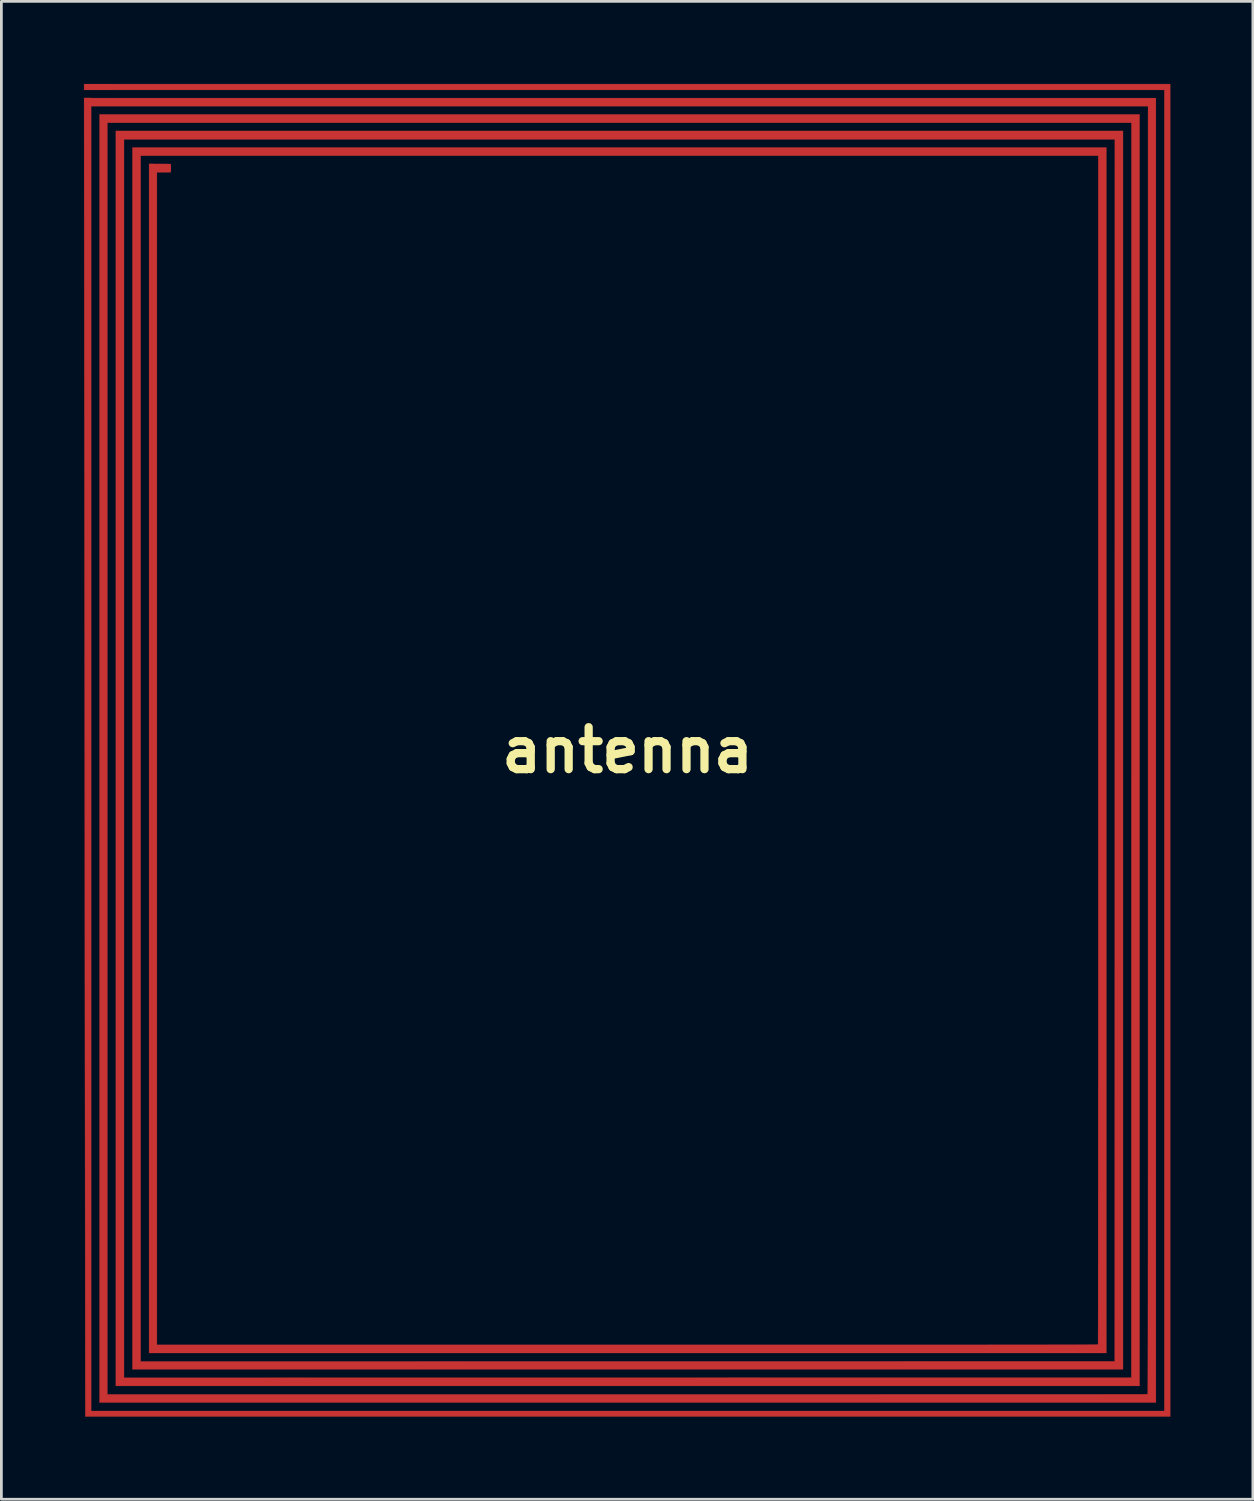
<source format=kicad_pcb>
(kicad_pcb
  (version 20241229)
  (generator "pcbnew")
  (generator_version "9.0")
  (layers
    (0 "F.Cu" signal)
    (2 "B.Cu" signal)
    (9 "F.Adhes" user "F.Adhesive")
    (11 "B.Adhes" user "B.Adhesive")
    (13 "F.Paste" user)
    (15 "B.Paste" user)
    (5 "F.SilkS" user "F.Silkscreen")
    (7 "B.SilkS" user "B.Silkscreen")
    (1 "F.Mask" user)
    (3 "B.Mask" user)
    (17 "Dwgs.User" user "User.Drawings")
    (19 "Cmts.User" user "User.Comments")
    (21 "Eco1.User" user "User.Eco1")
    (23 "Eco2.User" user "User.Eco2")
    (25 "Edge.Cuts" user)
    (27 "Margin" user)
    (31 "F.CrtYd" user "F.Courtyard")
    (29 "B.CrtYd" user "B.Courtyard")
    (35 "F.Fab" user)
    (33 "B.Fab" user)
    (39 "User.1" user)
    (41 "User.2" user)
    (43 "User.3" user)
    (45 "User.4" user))
  (footprint "antenna"
    (layer "F.Cu")
    (at 19.755 24.209)
    (property "Reference" "antenna" (at 0 0 0) (layer "F.SilkS") (effects (font (size 1.524 1.524) (thickness 0.3))))
    (attr through_hole)
    (fp_poly (pts (xy 19.717 24.215) (xy -19.706 24.215) (xy -19.75 -23.7) (xy -19.5 -23.7) (xy -19.5 -23.696) (xy 19.198 -23.696) (xy 19.198 23.707) (xy -19.188 23.707) (xy -19.188 -23.103) (xy 18.605 -23.103) (xy 18.605 23.103) (xy -18.595 23.103) (xy -18.595 -22.5) (xy 18.002 -22.5) (xy 18.002 22.5) (xy -17.992 22.5) (xy -17.992 -21.897) (xy 17.399 -21.897) (xy 17.399 21.907) (xy -17.388 21.907) (xy -17.388 -21.304) (xy -16.6 -21.3) (xy -16.6 -21.2) (xy -16.6 -21) (xy -16.796 -20.997) (xy -17.103 -20.997) (xy -17.103 21.611) (xy -0.006 21.611) (xy 0.723 21.611) (xy 1.432 21.611) (xy 2.121 21.611) (xy 2.789 21.611) (xy 3.437 21.611) (xy 4.065 21.611) (xy 4.674 21.611) (xy 5.264 21.611) (xy 5.835 21.611) (xy 6.388 21.611) (xy 6.922 21.611) (xy 7.439 21.611) (xy 7.938 21.611) (xy 8.42 21.611) (xy 8.885 21.611) (xy 9.333 21.611) (xy 9.765 21.611) (xy 10.181 21.611) (xy 10.58 21.61) (xy 10.965 21.61) (xy 11.334 21.61) (xy 11.689 21.61) (xy 12.028 21.61) (xy 12.354 21.61) (xy 12.665 21.61) (xy 12.963 21.61) (xy 13.248 21.609) (xy 13.519 21.609) (xy 13.778 21.609) (xy 14.024 21.609) (xy 14.257 21.609) (xy 14.479 21.608) (xy 14.69 21.608) (xy 14.889 21.608) (xy 15.077 21.608) (xy 15.255 21.607) (xy 15.422 21.607) (xy 15.579 21.607) (xy 15.726 21.607) (xy 15.863 21.606) (xy 15.992 21.606) (xy 16.111 21.606) (xy 16.222 21.605) (xy 16.325 21.605) (xy 16.42 21.604) (xy 16.506 21.604) (xy 16.586 21.604) (xy 16.658 21.603) (xy 16.724 21.603) (xy 16.783 21.602) (xy 16.836 21.602) (xy 16.883 21.601) (xy 16.925 21.601) (xy 16.961 21.6) (xy 16.992 21.6) (xy 17.018 21.599) (xy 17.04 21.598) (xy 17.058 21.598) (xy 17.072 21.597) (xy 17.083 21.597) (xy 17.09 21.596) (xy 17.094 21.595) (xy 17.096 21.595) (xy 17.096 21.594) (xy 17.096 21.583) (xy 17.097 21.551) (xy 17.097 21.499) (xy 17.097 21.426) (xy 17.097 21.334) (xy 17.097 21.222) (xy 17.098 21.09) (xy 17.098 20.94) (xy 17.098 20.771) (xy 17.098 20.583) (xy 17.098 20.378) (xy 17.099 20.155) (xy 17.099 19.914) (xy 17.099 19.656) (xy 17.099 19.382) (xy 17.099 19.091) (xy 17.099 18.784) (xy 17.1 18.461) (xy 17.1 18.123) (xy 17.1 17.769) (xy 17.1 17.401) (xy 17.1 17.018) (xy 17.1 16.621) (xy 17.1 16.209) (xy 17.101 15.784) (xy 17.101 15.346) (xy 17.101 14.895) (xy 17.101 14.431) (xy 17.101 13.955) (xy 17.101 13.467) (xy 17.101 12.967) (xy 17.101 12.455) (xy 17.102 11.933) (xy 17.102 11.399) (xy 17.102 10.855) (xy 17.102 10.301) (xy 17.102 9.738) (xy 17.102 9.164) (xy 17.102 8.581) (xy 17.102 7.99) (xy 17.102 7.39) (xy 17.102 6.781) (xy 17.102 6.165) (xy 17.102 5.54) (xy 17.102 4.909) (xy 17.103 4.27) (xy 17.103 3.625) (xy 17.103 2.974) (xy 17.103 2.316) (xy 17.103 1.652) (xy 17.103 0.983) (xy 17.103 0.309) (xy 17.103 -0.011) (xy 17.103 -21.601) (xy -17.695 -21.601) (xy -17.695 22.214) (xy 17.701 22.209) (xy 17.703 0.008) (xy 17.706 -22.193) (xy -18.299 -22.193) (xy -18.299 22.807) (xy 0.003 22.804) (xy 18.304 22.802) (xy 18.307 0.003) (xy 18.309 -22.797) (xy -18.902 -22.797) (xy -18.902 23.41) (xy -0.011 23.41) (xy 0.621 23.41) (xy 1.249 23.41) (xy 1.871 23.41) (xy 2.488 23.41) (xy 3.098 23.41) (xy 3.702 23.41) (xy 4.3 23.41) (xy 4.89 23.41) (xy 5.473 23.41) (xy 6.049 23.41) (xy 6.616 23.41) (xy 7.175 23.41) (xy 7.725 23.41) (xy 8.266 23.41) (xy 8.798 23.41) (xy 9.32 23.409) (xy 9.832 23.409) (xy 10.334 23.409) (xy 10.824 23.409) (xy 11.304 23.409) (xy 11.773 23.409) (xy 12.229 23.409) (xy 12.674 23.409) (xy 13.106 23.409) (xy 13.525 23.408) (xy 13.932 23.408) (xy 14.325 23.408) (xy 14.704 23.408) (xy 15.069 23.408) (xy 15.42 23.408) (xy 15.756 23.407) (xy 16.076 23.407) (xy 16.382 23.407) (xy 16.671 23.407) (xy 16.945 23.407) (xy 17.202 23.407) (xy 17.442 23.406) (xy 17.666 23.406) (xy 17.871 23.406) (xy 18.059 23.406) (xy 18.229 23.406) (xy 18.381 23.405) (xy 18.513 23.405) (xy 18.627 23.405) (xy 18.721 23.405) (xy 18.795 23.405) (xy 18.849 23.404) (xy 18.883 23.404) (xy 18.896 23.404) (xy 18.896 23.404) (xy 18.896 23.402) (xy 18.897 23.399) (xy 18.897 23.392) (xy 18.898 23.382) (xy 18.899 23.369) (xy 18.899 23.352) (xy 18.9 23.332) (xy 18.9 23.307) (xy 18.901 23.279) (xy 18.901 23.245) (xy 18.902 23.207) (xy 18.902 23.164) (xy 18.903 23.115) (xy 18.903 23.061) (xy 18.903 23.001) (xy 18.904 22.935) (xy 18.904 22.862) (xy 18.905 22.783) (xy 18.905 22.697) (xy 18.905 22.604) (xy 18.906 22.503) (xy 18.906 22.395) (xy 18.906 22.279) (xy 18.907 22.155) (xy 18.907 22.022) (xy 18.907 21.881) (xy 18.907 21.73) (xy 18.908 21.571) (xy 18.908 21.402) (xy 18.908 21.224) (xy 18.909 21.035) (xy 18.909 20.836) (xy 18.909 20.627) (xy 18.909 20.407) (xy 18.909 20.176) (xy 18.91 19.934) (xy 18.91 19.681) (xy 18.91 19.416) (xy 18.91 19.138) (xy 18.91 18.849) (xy 18.91 18.547) (xy 18.911 18.232) (xy 18.911 17.904) (xy 18.911 17.563) (xy 18.911 17.209) (xy 18.911 16.84) (xy 18.911 16.458) (xy 18.911 16.061) (xy 18.911 15.65) (xy 18.912 15.224) (xy 18.912 14.783) (xy 18.912 14.326) (xy 18.912 13.854) (xy 18.912 13.367) (xy 18.912 12.863) (xy 18.912 12.342) (xy 18.912 11.806) (xy 18.912 11.252) (xy 18.912 10.681) (xy 18.912 10.093) (xy 18.912 9.487) (xy 18.912 8.864) (xy 18.912 8.222) (xy 18.912 7.562) (xy 18.912 6.883) (xy 18.912 6.185) (xy 18.912 5.468) (xy 18.912 4.732) (xy 18.912 3.976) (xy 18.912 3.2) (xy 18.912 2.404) (xy 18.912 1.588) (xy 18.912 0.751) (xy 18.912 -0.001) (xy 18.912 -23.4) (xy -19.494 -23.4) (xy -19.494 24.014) (xy 19.505 24.014) (xy 19.505 -23.992) (xy -19.494 -23.992) (xy -19.75 -23.992) (xy -19.75 -24.204) (xy 19.717 -24.204) (xy 19.717 24.215)) (stroke (width 0.01) (type solid)) (fill yes) (layer "F.Cu"))
    (pad "1" smd rect (at -16.85 -21.15) (size 0.5 0.2) (layers "F.Cu" "F.Paste"))
    (pad "2" smd rect (at -19.2 -24.1) (size 1 0.2) (layers "F.Cu" "F.Paste")))
  (gr_rect
    (start -3 -3)
    (end 42.477 51.429)
    (stroke (width 0.1) (type default))
    (fill no)
    (layer "Edge.Cuts")))
</source>
